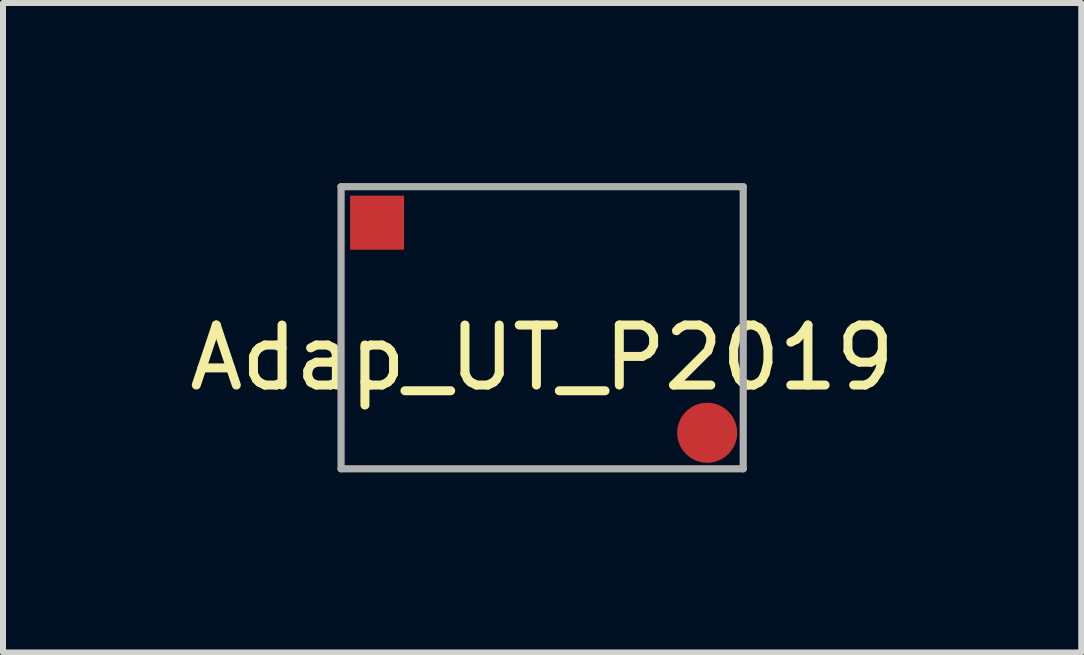
<source format=kicad_pcb>
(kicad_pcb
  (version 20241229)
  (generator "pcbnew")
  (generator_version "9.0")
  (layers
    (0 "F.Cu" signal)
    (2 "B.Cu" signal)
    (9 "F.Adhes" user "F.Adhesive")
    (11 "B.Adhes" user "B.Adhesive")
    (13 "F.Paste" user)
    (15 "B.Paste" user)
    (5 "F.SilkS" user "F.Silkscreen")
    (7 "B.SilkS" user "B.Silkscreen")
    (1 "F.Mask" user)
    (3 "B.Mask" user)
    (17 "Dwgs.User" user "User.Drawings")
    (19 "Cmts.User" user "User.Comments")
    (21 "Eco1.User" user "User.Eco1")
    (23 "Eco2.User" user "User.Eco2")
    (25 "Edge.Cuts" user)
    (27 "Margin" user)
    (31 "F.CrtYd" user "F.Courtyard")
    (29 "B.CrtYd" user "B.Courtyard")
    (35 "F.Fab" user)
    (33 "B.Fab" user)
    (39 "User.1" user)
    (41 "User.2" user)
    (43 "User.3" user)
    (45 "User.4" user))
  (footprint "Adap_UT_P2019"
    (layer "F.Cu")
    (at 5.982 2.41)
    (property "Reference" "Adap_UT_P2019" (at 0 0.5 0) (layer "F.SilkS") (effects (font (size 1 1) (thickness 0.15))))
    (attr through_hole)
    (fp_line (start -3.35 -2.35) (end 3.35 -2.35) (stroke (width 0.12) (type solid)) (layer "F.Fab"))
    (fp_line (start -3.35 2.35) (end -3.35 -2.35) (stroke (width 0.12) (type solid)) (layer "F.Fab"))
    (fp_line (start -3.35 2.35) (end 3.35 2.35) (stroke (width 0.12) (type solid)) (layer "F.Fab"))
    (fp_line (start 3.35 2.35) (end 3.35 -2.35) (stroke (width 0.12) (type solid)) (layer "F.Fab"))
    (pad "1" smd custom (at -2.75 -1.75) (size 0.9 0.9) (layers "F.Cu" "F.Mask" "F.Paste") (options (anchor rect)) (primitives))
    (pad "2" smd circle (at 2.75 1.75) (size 1 1) (layers "F.Cu" "F.Mask" "F.Paste")))
  (gr_rect
    (start -3 -3)
    (end 14.964 7.82)
    (stroke (width 0.1) (type default))
    (fill no)
    (layer "Edge.Cuts")))
</source>
